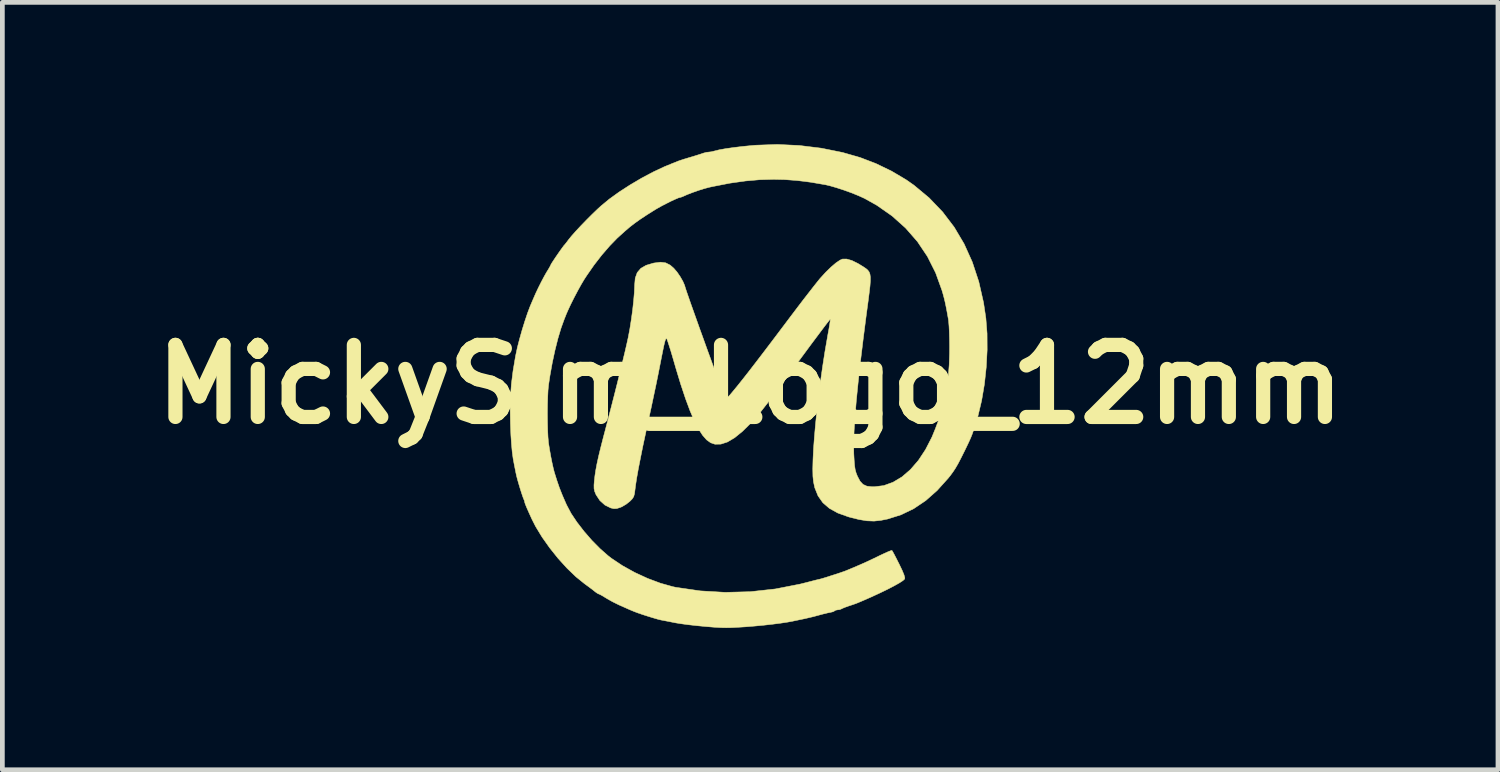
<source format=kicad_pcb>
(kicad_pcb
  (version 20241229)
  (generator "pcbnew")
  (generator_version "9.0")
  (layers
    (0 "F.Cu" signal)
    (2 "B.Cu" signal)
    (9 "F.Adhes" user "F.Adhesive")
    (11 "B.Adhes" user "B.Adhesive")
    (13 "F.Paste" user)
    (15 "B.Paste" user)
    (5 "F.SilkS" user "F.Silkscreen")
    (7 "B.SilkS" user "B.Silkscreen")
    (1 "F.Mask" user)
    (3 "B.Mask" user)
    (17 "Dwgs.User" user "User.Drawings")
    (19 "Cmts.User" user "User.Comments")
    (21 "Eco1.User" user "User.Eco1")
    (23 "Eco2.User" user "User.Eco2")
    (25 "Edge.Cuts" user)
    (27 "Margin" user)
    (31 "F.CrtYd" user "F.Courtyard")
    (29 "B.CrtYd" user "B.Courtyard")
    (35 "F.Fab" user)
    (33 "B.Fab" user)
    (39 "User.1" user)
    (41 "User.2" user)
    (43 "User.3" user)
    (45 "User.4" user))
  (footprint "MickySim_Logo_12mm"
    (layer "F.Cu")
    (at 12.816 5.079)
    (property "Reference" "MickySim_Logo_12mm" (at 0 0 0) (layer "F.SilkS") (effects (font (size 1.524 1.524) (thickness 0.3))))
    (attr through_hole)
    (fp_poly (pts (xy 1.04 -5.052) (xy 1.504 -4.995) (xy 1.955 -4.904) (xy 2.324 -4.798) (xy 2.659 -4.67) (xy 2.99 -4.51) (xy 3.299 -4.327) (xy 3.463 -4.212) (xy 3.784 -3.945) (xy 4.068 -3.649) (xy 4.315 -3.325) (xy 4.525 -2.971) (xy 4.698 -2.587) (xy 4.835 -2.172) (xy 4.936 -1.727) (xy 4.985 -1.398) (xy 5.01 -1.077) (xy 5.012 -0.728) (xy 4.993 -0.366) (xy 4.954 -0.004) (xy 4.895 0.344) (xy 4.819 0.663) (xy 4.799 0.731) (xy 4.757 0.868) (xy 4.724 0.972) (xy 4.694 1.057) (xy 4.662 1.137) (xy 4.622 1.225) (xy 4.57 1.334) (xy 4.531 1.414) (xy 4.457 1.562) (xy 4.397 1.677) (xy 4.344 1.769) (xy 4.292 1.848) (xy 4.236 1.925) (xy 4.188 1.985) (xy 3.954 2.245) (xy 3.712 2.459) (xy 3.459 2.629) (xy 3.192 2.758) (xy 2.907 2.848) (xy 2.762 2.877) (xy 2.62 2.892) (xy 2.469 2.886) (xy 2.3 2.858) (xy 2.1 2.808) (xy 2.073 2.8) (xy 1.853 2.721) (xy 1.676 2.623) (xy 1.537 2.503) (xy 1.435 2.358) (xy 1.366 2.186) (xy 1.339 2.06) (xy 1.327 1.944) (xy 1.324 1.785) (xy 1.329 1.59) (xy 1.34 1.363) (xy 1.359 1.109) (xy 1.383 0.834) (xy 1.413 0.543) (xy 1.448 0.241) (xy 1.488 -0.067) (xy 1.532 -0.376) (xy 1.579 -0.68) (xy 1.63 -0.975) (xy 1.642 -1.045) (xy 1.664 -1.164) (xy 1.681 -1.265) (xy 1.692 -1.338) (xy 1.696 -1.377) (xy 1.695 -1.38) (xy 1.68 -1.363) (xy 1.639 -1.312) (xy 1.576 -1.23) (xy 1.495 -1.122) (xy 1.397 -0.991) (xy 1.286 -0.843) (xy 1.166 -0.68) (xy 1.137 -0.641) (xy 1.007 -0.465) (xy 0.879 -0.291) (xy 0.757 -0.127) (xy 0.647 0.023) (xy 0.551 0.152) (xy 0.476 0.253) (xy 0.425 0.322) (xy 0.214 0.591) (xy 0.018 0.815) (xy -0.163 0.994) (xy -0.329 1.129) (xy -0.481 1.219) (xy -0.62 1.264) (xy -0.745 1.266) (xy -0.836 1.235) (xy -0.921 1.174) (xy -1.006 1.077) (xy -1.093 0.943) (xy -1.182 0.77) (xy -1.273 0.556) (xy -1.368 0.3) (xy -1.468 -0.000084) (xy -1.573 -0.346) (xy -1.594 -0.419) (xy -1.637 -0.567) (xy -1.677 -0.702) (xy -1.713 -0.816) (xy -1.741 -0.902) (xy -1.758 -0.951) (xy -1.761 -0.956) (xy -1.771 -0.969) (xy -1.781 -0.966) (xy -1.793 -0.942) (xy -1.808 -0.892) (xy -1.827 -0.812) (xy -1.851 -0.696) (xy -1.882 -0.541) (xy -1.904 -0.429) (xy -1.945 -0.22) (xy -1.993 0.016) (xy -2.045 0.261) (xy -2.095 0.499) (xy -2.141 0.709) (xy -2.146 0.731) (xy -2.211 1.032) (xy -2.271 1.312) (xy -2.322 1.566) (xy -2.366 1.79) (xy -2.4 1.98) (xy -2.423 2.131) (xy -2.435 2.224) (xy -2.447 2.315) (xy -2.464 2.375) (xy -2.496 2.424) (xy -2.542 2.471) (xy -2.62 2.533) (xy -2.71 2.587) (xy -2.743 2.601) (xy -2.82 2.626) (xy -2.882 2.629) (xy -2.949 2.614) (xy -3.071 2.554) (xy -3.179 2.457) (xy -3.26 2.334) (xy -3.288 2.267) (xy -3.302 2.205) (xy -3.303 2.129) (xy -3.297 2.053) (xy -3.284 1.935) (xy -3.265 1.811) (xy -3.239 1.673) (xy -3.204 1.514) (xy -3.158 1.326) (xy -3.101 1.103) (xy -3.075 1.006) (xy -3.01 0.757) (xy -2.943 0.498) (xy -2.876 0.237) (xy -2.811 -0.021) (xy -2.75 -0.267) (xy -2.695 -0.494) (xy -2.646 -0.697) (xy -2.607 -0.867) (xy -2.579 -0.994) (xy -2.545 -1.174) (xy -2.514 -1.371) (xy -2.486 -1.574) (xy -2.465 -1.769) (xy -2.45 -1.944) (xy -2.444 -2.087) (xy -2.444 -2.097) (xy -2.431 -2.247) (xy -2.389 -2.364) (xy -2.313 -2.453) (xy -2.201 -2.518) (xy -2.047 -2.564) (xy -2.029 -2.567) (xy -1.895 -2.584) (xy -1.787 -2.57) (xy -1.692 -2.522) (xy -1.617 -2.457) (xy -1.548 -2.377) (xy -1.48 -2.278) (xy -1.423 -2.178) (xy -1.385 -2.09) (xy -1.378 -2.064) (xy -1.367 -2.028) (xy -1.342 -1.953) (xy -1.304 -1.844) (xy -1.256 -1.705) (xy -1.198 -1.543) (xy -1.134 -1.363) (xy -1.065 -1.169) (xy -0.992 -0.968) (xy -0.919 -0.764) (xy -0.846 -0.564) (xy -0.776 -0.371) (xy -0.711 -0.192) (xy -0.652 -0.032) (xy -0.602 0.103) (xy -0.562 0.209) (xy -0.538 0.271) (xy -0.523 0.299) (xy -0.502 0.295) (xy -0.473 0.271) (xy -0.43 0.226) (xy -0.362 0.145) (xy -0.269 0.032) (xy -0.154 -0.112) (xy -0.02 -0.283) (xy 0.131 -0.479) (xy 0.297 -0.696) (xy 0.476 -0.932) (xy 0.666 -1.184) (xy 0.713 -1.246) (xy 0.849 -1.427) (xy 0.983 -1.604) (xy 1.11 -1.771) (xy 1.227 -1.922) (xy 1.329 -2.053) (xy 1.412 -2.158) (xy 1.471 -2.231) (xy 1.484 -2.246) (xy 1.599 -2.372) (xy 1.711 -2.481) (xy 1.813 -2.568) (xy 1.9 -2.627) (xy 1.952 -2.65) (xy 2.04 -2.651) (xy 2.152 -2.619) (xy 2.28 -2.556) (xy 2.339 -2.52) (xy 2.4 -2.482) (xy 2.449 -2.449) (xy 2.487 -2.416) (xy 2.515 -2.379) (xy 2.533 -2.332) (xy 2.542 -2.269) (xy 2.542 -2.187) (xy 2.534 -2.079) (xy 2.518 -1.941) (xy 2.496 -1.767) (xy 2.467 -1.552) (xy 2.457 -1.479) (xy 2.39 -0.957) (xy 2.332 -0.479) (xy 2.284 -0.046) (xy 2.245 0.342) (xy 2.217 0.685) (xy 2.198 0.982) (xy 2.189 1.233) (xy 2.191 1.438) (xy 2.192 1.474) (xy 2.2 1.617) (xy 2.209 1.723) (xy 2.221 1.803) (xy 2.239 1.868) (xy 2.263 1.93) (xy 2.267 1.941) (xy 2.324 2.048) (xy 2.387 2.116) (xy 2.468 2.153) (xy 2.578 2.166) (xy 2.624 2.166) (xy 2.826 2.141) (xy 3.022 2.07) (xy 3.212 1.956) (xy 3.391 1.801) (xy 3.558 1.608) (xy 3.709 1.379) (xy 3.844 1.116) (xy 3.918 0.935) (xy 3.946 0.859) (xy 3.971 0.796) (xy 3.978 0.779) (xy 4.001 0.715) (xy 4.01 0.683) (xy 4.021 0.637) (xy 4.041 0.56) (xy 4.065 0.468) (xy 4.068 0.455) (xy 4.123 0.228) (xy 4.164 0.017) (xy 4.192 -0.19) (xy 4.209 -0.409) (xy 4.217 -0.654) (xy 4.218 -0.801) (xy 4.216 -0.952) (xy 4.212 -1.098) (xy 4.206 -1.227) (xy 4.198 -1.327) (xy 4.192 -1.376) (xy 4.164 -1.531) (xy 4.141 -1.651) (xy 4.121 -1.746) (xy 4.101 -1.828) (xy 4.079 -1.91) (xy 4.056 -1.989) (xy 3.922 -2.36) (xy 3.749 -2.704) (xy 3.537 -3.02) (xy 3.287 -3.306) (xy 3.001 -3.562) (xy 2.679 -3.787) (xy 2.42 -3.932) (xy 2.297 -3.988) (xy 2.147 -4.049) (xy 1.984 -4.108) (xy 1.824 -4.16) (xy 1.682 -4.201) (xy 1.596 -4.221) (xy 1.281 -4.275) (xy 0.996 -4.311) (xy 0.726 -4.331) (xy 0.499 -4.336) (xy 0.2 -4.328) (xy -0.107 -4.301) (xy -0.43 -4.255) (xy -0.783 -4.186) (xy -0.863 -4.169) (xy -0.964 -4.142) (xy -1.087 -4.104) (xy -1.215 -4.059) (xy -1.332 -4.014) (xy -1.419 -3.975) (xy -1.419 -3.975) (xy -1.466 -3.957) (xy -1.484 -3.954) (xy -1.52 -3.943) (xy -1.588 -3.914) (xy -1.677 -3.873) (xy -1.776 -3.823) (xy -1.875 -3.772) (xy -1.964 -3.722) (xy -2.013 -3.693) (xy -2.183 -3.586) (xy -2.321 -3.495) (xy -2.438 -3.412) (xy -2.543 -3.331) (xy -2.647 -3.242) (xy -2.76 -3.14) (xy -2.813 -3.092) (xy -2.97 -2.93) (xy -3.137 -2.737) (xy -3.303 -2.523) (xy -3.458 -2.3) (xy -3.512 -2.217) (xy -3.575 -2.111) (xy -3.648 -1.979) (xy -3.724 -1.835) (xy -3.795 -1.693) (xy -3.854 -1.566) (xy -3.889 -1.486) (xy -3.915 -1.42) (xy -3.932 -1.378) (xy -3.999 -1.193) (xy -4.066 -0.97) (xy -4.129 -0.72) (xy -4.186 -0.454) (xy -4.235 -0.182) (xy -4.264 0.012) (xy -4.275 0.123) (xy -4.282 0.269) (xy -4.287 0.437) (xy -4.289 0.618) (xy -4.287 0.798) (xy -4.283 0.968) (xy -4.276 1.116) (xy -4.266 1.229) (xy -4.263 1.252) (xy -4.242 1.383) (xy -4.217 1.523) (xy -4.19 1.659) (xy -4.164 1.775) (xy -4.143 1.857) (xy -4.089 2.03) (xy -4.035 2.187) (xy -3.972 2.346) (xy -3.894 2.525) (xy -3.879 2.557) (xy -3.788 2.729) (xy -3.663 2.916) (xy -3.514 3.109) (xy -3.349 3.299) (xy -3.175 3.475) (xy -3.001 3.628) (xy -2.932 3.681) (xy -2.701 3.835) (xy -2.443 3.978) (xy -2.17 4.104) (xy -1.897 4.206) (xy -1.637 4.279) (xy -1.572 4.293) (xy -1.056 4.368) (xy -0.529 4.399) (xy 0.003 4.385) (xy 0.533 4.327) (xy 1.058 4.224) (xy 1.198 4.189) (xy 1.298 4.163) (xy 1.391 4.139) (xy 1.459 4.123) (xy 1.462 4.123) (xy 1.521 4.107) (xy 1.611 4.08) (xy 1.719 4.045) (xy 1.832 4.009) (xy 1.936 3.974) (xy 2.017 3.945) (xy 2.049 3.932) (xy 2.109 3.907) (xy 2.157 3.887) (xy 2.321 3.817) (xy 2.467 3.752) (xy 2.615 3.682) (xy 2.73 3.626) (xy 2.83 3.579) (xy 2.914 3.541) (xy 2.973 3.518) (xy 2.998 3.512) (xy 3.013 3.536) (xy 3.045 3.594) (xy 3.089 3.679) (xy 3.141 3.782) (xy 3.151 3.801) (xy 3.214 3.933) (xy 3.253 4.027) (xy 3.27 4.087) (xy 3.268 4.116) (xy 3.23 4.151) (xy 3.153 4.201) (xy 3.042 4.263) (xy 2.902 4.336) (xy 2.738 4.415) (xy 2.556 4.499) (xy 2.408 4.564) (xy 2.314 4.604) (xy 2.244 4.633) (xy 2.176 4.657) (xy 2.091 4.685) (xy 2.085 4.687) (xy 2.009 4.714) (xy 1.951 4.738) (xy 1.93 4.749) (xy 1.89 4.765) (xy 1.854 4.768) (xy 1.806 4.777) (xy 1.787 4.79) (xy 1.756 4.808) (xy 1.699 4.822) (xy 1.696 4.823) (xy 1.633 4.835) (xy 1.543 4.857) (xy 1.45 4.882) (xy 1.339 4.912) (xy 1.221 4.94) (xy 1.138 4.959) (xy 1.041 4.979) (xy 0.946 4.999) (xy 0.899 5.009) (xy 0.79 5.029) (xy 0.645 5.051) (xy 0.474 5.073) (xy 0.288 5.094) (xy 0.098 5.112) (xy -0.085 5.127) (xy -0.096 5.128) (xy -0.262 5.138) (xy -0.394 5.145) (xy -0.505 5.147) (xy -0.61 5.145) (xy -0.721 5.139) (xy -0.767 5.136) (xy -0.95 5.121) (xy -1.136 5.103) (xy -1.313 5.083) (xy -1.468 5.062) (xy -1.59 5.042) (xy -1.605 5.039) (xy -1.708 5.018) (xy -1.807 4.999) (xy -1.88 4.985) (xy -1.881 4.985) (xy -1.944 4.97) (xy -2.037 4.943) (xy -2.149 4.909) (xy -2.265 4.872) (xy -2.371 4.836) (xy -2.453 4.805) (xy -2.48 4.794) (xy -2.535 4.771) (xy -2.604 4.741) (xy -2.612 4.737) (xy -2.779 4.663) (xy -2.912 4.597) (xy -3.024 4.534) (xy -3.06 4.512) (xy -3.129 4.47) (xy -3.181 4.442) (xy -3.204 4.433) (xy -3.233 4.419) (xy -3.281 4.385) (xy -3.287 4.379) (xy -3.339 4.338) (xy -3.414 4.282) (xy -3.497 4.221) (xy -3.503 4.217) (xy -3.685 4.07) (xy -3.874 3.888) (xy -4.063 3.68) (xy -4.241 3.457) (xy -4.403 3.228) (xy -4.539 3.004) (xy -4.616 2.852) (xy -4.681 2.709) (xy -4.727 2.605) (xy -4.755 2.536) (xy -4.768 2.498) (xy -4.768 2.491) (xy -4.779 2.451) (xy -4.79 2.426) (xy -4.807 2.382) (xy -4.833 2.305) (xy -4.864 2.208) (xy -4.895 2.104) (xy -4.923 2.007) (xy -4.943 1.929) (xy -4.948 1.905) (xy -4.962 1.838) (xy -4.979 1.751) (xy -4.987 1.713) (xy -5.013 1.574) (xy -5.033 1.428) (xy -5.048 1.264) (xy -5.061 1.074) (xy -5.07 0.846) (xy -5.071 0.816) (xy -5.076 0.523) (xy -5.069 0.254) (xy -5.05 -0.008) (xy -5.016 -0.279) (xy -4.966 -0.577) (xy -4.957 -0.623) (xy -4.924 -0.779) (xy -4.877 -0.96) (xy -4.823 -1.152) (xy -4.764 -1.342) (xy -4.706 -1.514) (xy -4.652 -1.656) (xy -4.643 -1.677) (xy -4.611 -1.752) (xy -4.584 -1.815) (xy -4.576 -1.833) (xy -4.535 -1.927) (xy -4.48 -2.043) (xy -4.418 -2.167) (xy -4.357 -2.282) (xy -4.306 -2.372) (xy -4.295 -2.389) (xy -4.254 -2.457) (xy -4.226 -2.507) (xy -4.217 -2.528) (xy -4.205 -2.551) (xy -4.171 -2.604) (xy -4.124 -2.675) (xy -4.07 -2.754) (xy -4.016 -2.831) (xy -3.97 -2.895) (xy -3.938 -2.938) (xy -3.929 -2.947) (xy -3.908 -2.972) (xy -3.869 -3.022) (xy -3.845 -3.055) (xy -3.782 -3.133) (xy -3.692 -3.235) (xy -3.583 -3.352) (xy -3.462 -3.477) (xy -3.338 -3.601) (xy -3.219 -3.715) (xy -3.154 -3.774) (xy -2.98 -3.918) (xy -2.772 -4.068) (xy -2.54 -4.218) (xy -2.296 -4.362) (xy -2.051 -4.492) (xy -1.817 -4.602) (xy -1.737 -4.635) (xy -1.649 -4.671) (xy -1.572 -4.701) (xy -1.524 -4.721) (xy -1.522 -4.722) (xy -1.478 -4.737) (xy -1.402 -4.762) (xy -1.306 -4.791) (xy -1.258 -4.805) (xy -1.156 -4.836) (xy -1.067 -4.864) (xy -1.004 -4.885) (xy -0.987 -4.891) (xy -0.922 -4.908) (xy -0.881 -4.912) (xy -0.821 -4.919) (xy -0.757 -4.935) (xy -0.657 -4.96) (xy -0.518 -4.985) (xy -0.349 -5.009) (xy -0.158 -5.032) (xy 0.046 -5.052) (xy 0.12 -5.058) (xy 0.574 -5.074) (xy 1.04 -5.052)) (stroke (width 0.01) (type solid)) (fill yes) (layer "F.SilkS")))
  (gr_rect
    (start -3 -3)
    (end 28.632 13.23)
    (stroke (width 0.1) (type default))
    (fill no)
    (layer "Edge.Cuts")))
</source>
